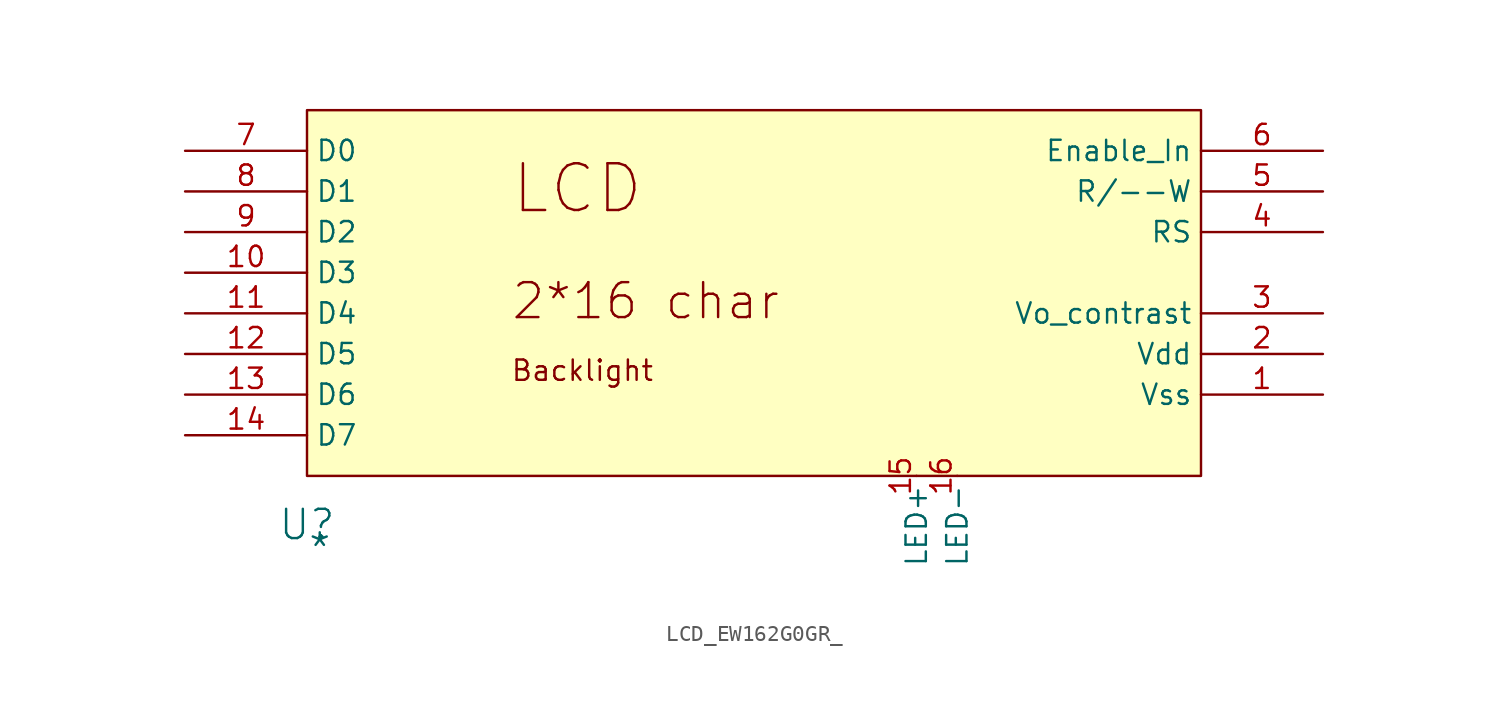
<source format=kicad_sym>
(kicad_symbol_lib
  (version 20241209)
  (generator "kicad_symbol_editor")
  (generator_version "9.0")
  (symbol "LCD_EW162G0GR_"
    (property "Reference" "U"
      (at 0 -25.908 0)
      (effects (font (size 1.829 1.829))))
    (property "Value" "*"
      (at 0 -28.448 0)
      (effects (font (size 1.829 1.829)) (justify left bottom)))
    (symbol "LCD_EW162G0GR__1_0"
      (rectangle (start 55.88 0) (end 0 -22.86) (stroke (width 0) (type solid) (color 128 0 0 1)) (fill (type background)))
      (text "LCD" (at 12.7 -6.604 0) (effects (font (size 2.921 2.921)) (justify left bottom)))
      (text "2*16 char" (at 12.7 -13.208 0) (effects (font (size 2.184 2.184)) (justify left bottom)))
      (text "Backlight" (at 12.7 -17.018 0) (effects (font (size 1.27 1.27)) (justify left bottom)))
      (pin bidirectional line (at -7.62 -2.54 0) (length 7.62) (name "D0" (effects (font (size 1.27 1.27)))) (number "7" (effects (font (size 1.27 1.27)))))
      (pin bidirectional line (at -7.62 -5.08 0) (length 7.62) (name "D1" (effects (font (size 1.27 1.27)))) (number "8" (effects (font (size 1.27 1.27)))))
      (pin bidirectional line (at -7.62 -7.62 0) (length 7.62) (name "D2" (effects (font (size 1.27 1.27)))) (number "9" (effects (font (size 1.27 1.27)))))
      (pin bidirectional line (at -7.62 -10.16 0) (length 7.62) (name "D3" (effects (font (size 1.27 1.27)))) (number "10" (effects (font (size 1.27 1.27)))))
      (pin bidirectional line (at -7.62 -12.7 0) (length 7.62) (name "D4" (effects (font (size 1.27 1.27)))) (number "11" (effects (font (size 1.27 1.27)))))
      (pin bidirectional line (at -7.62 -15.24 0) (length 7.62) (name "D5" (effects (font (size 1.27 1.27)))) (number "12" (effects (font (size 1.27 1.27)))))
      (pin bidirectional line (at -7.62 -17.78 0) (length 7.62) (name "D6" (effects (font (size 1.27 1.27)))) (number "13" (effects (font (size 1.27 1.27)))))
      (pin bidirectional line (at -7.62 -20.32 0) (length 7.62) (name "D7" (effects (font (size 1.27 1.27)))) (number "14" (effects (font (size 1.27 1.27)))))
      (pin passive line (at 38.1 -22.86 270) (length 0) (name "LED+" (effects (font (size 1.27 1.27)))) (number "15" (effects (font (size 1.27 1.27)))))
      (pin passive line (at 40.64 -22.86 270) (length 0) (name "LED-" (effects (font (size 1.27 1.27)))) (number "16" (effects (font (size 1.27 1.27)))))
      (pin input line (at 63.5 -2.54 180) (length 7.62) (name "Enable_In" (effects (font (size 1.27 1.27)))) (number "6" (effects (font (size 1.27 1.27)))))
      (pin input line (at 63.5 -5.08 180) (length 7.62) (name "R/--W" (effects (font (size 1.27 1.27)))) (number "5" (effects (font (size 1.27 1.27)))))
      (pin input line (at 63.5 -7.62 180) (length 7.62) (name "RS" (effects (font (size 1.27 1.27)))) (number "4" (effects (font (size 1.27 1.27)))))
      (pin power_in line (at 63.5 -12.7 180) (length 7.62) (name "Vo_contrast" (effects (font (size 1.27 1.27)))) (number "3" (effects (font (size 1.27 1.27)))))
      (pin power_in line (at 63.5 -15.24 180) (length 7.62) (name "Vdd" (effects (font (size 1.27 1.27)))) (number "2" (effects (font (size 1.27 1.27)))))
      (pin power_in line (at 63.5 -17.78 180) (length 7.62) (name "Vss" (effects (font (size 1.27 1.27)))) (number "1" (effects (font (size 1.27 1.27))))))))
</source>
